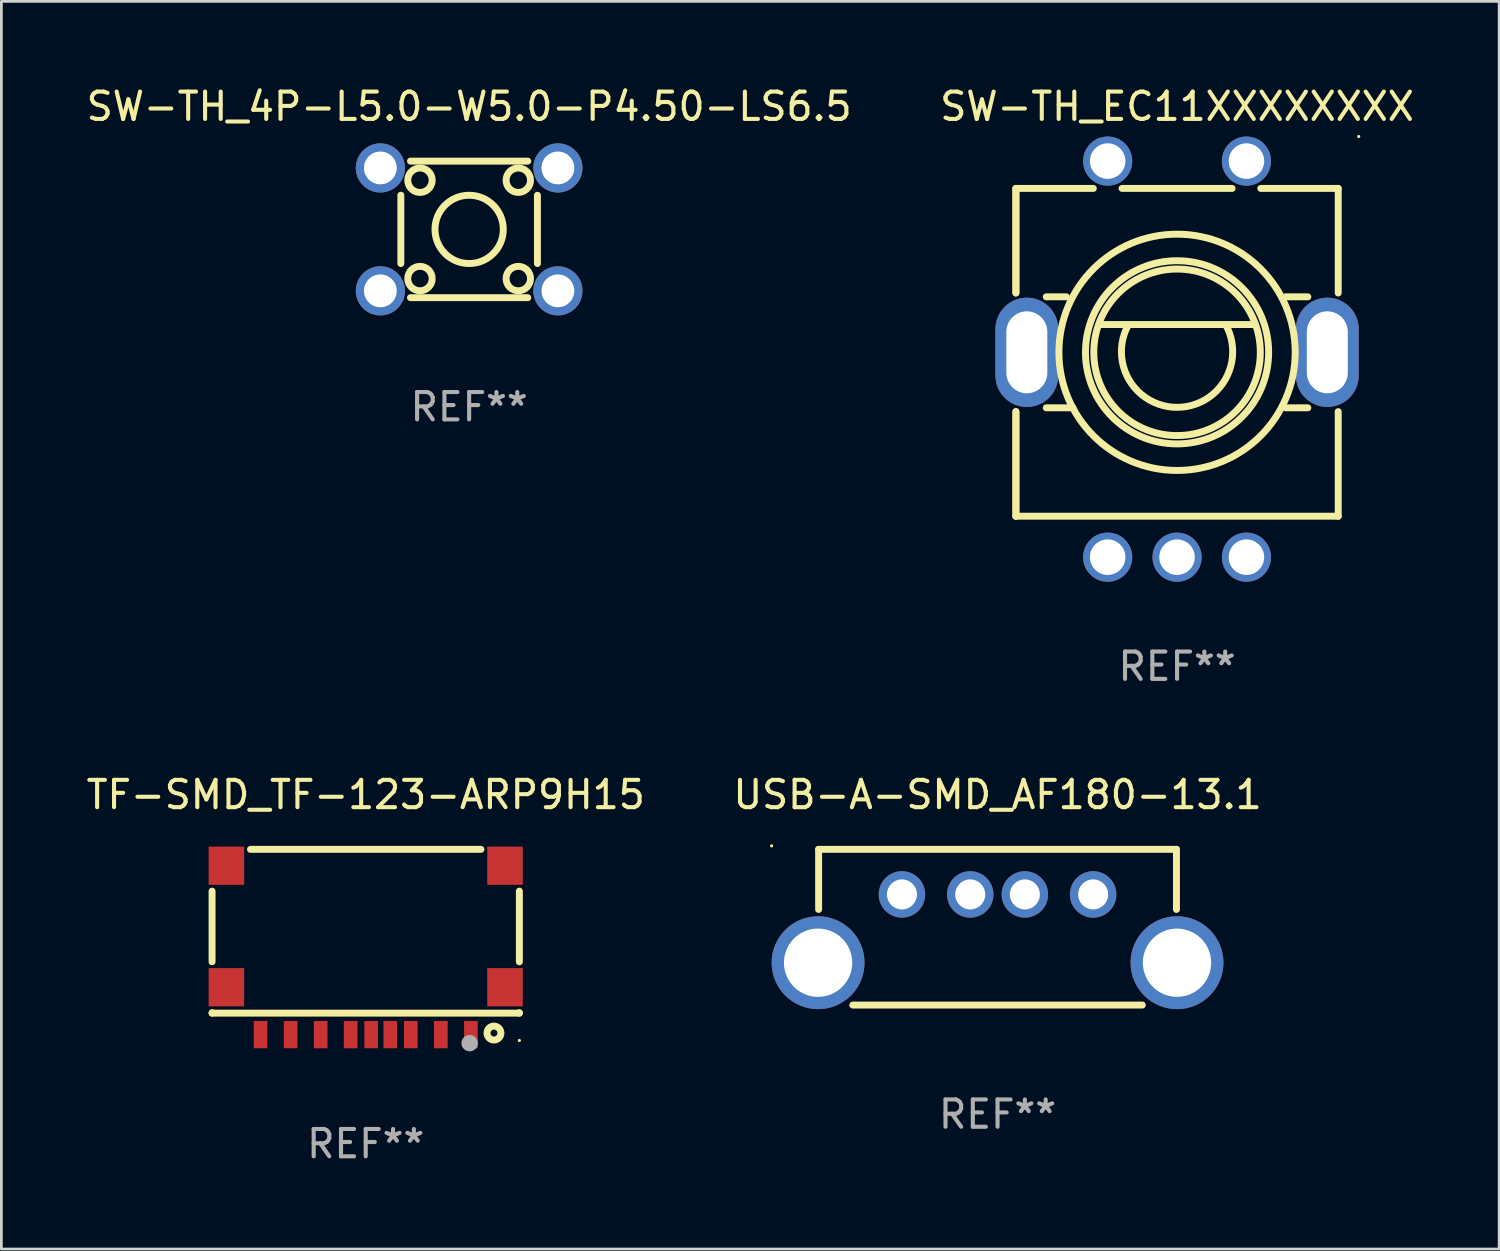
<source format=kicad_pcb>
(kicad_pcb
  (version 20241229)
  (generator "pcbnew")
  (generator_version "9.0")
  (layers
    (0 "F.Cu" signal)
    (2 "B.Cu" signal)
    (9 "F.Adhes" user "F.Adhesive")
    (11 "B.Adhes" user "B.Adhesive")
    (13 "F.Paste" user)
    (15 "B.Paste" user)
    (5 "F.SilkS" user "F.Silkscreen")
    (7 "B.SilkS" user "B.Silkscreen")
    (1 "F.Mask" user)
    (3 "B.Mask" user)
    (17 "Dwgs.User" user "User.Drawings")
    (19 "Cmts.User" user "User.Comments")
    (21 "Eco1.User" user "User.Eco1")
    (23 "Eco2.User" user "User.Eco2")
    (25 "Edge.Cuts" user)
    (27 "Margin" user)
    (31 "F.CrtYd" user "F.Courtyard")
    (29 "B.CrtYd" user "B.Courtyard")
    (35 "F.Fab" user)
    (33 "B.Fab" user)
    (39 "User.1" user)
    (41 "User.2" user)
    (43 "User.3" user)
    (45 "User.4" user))
  (footprint "USB-A-SMD_AF180-13.1"
    (layer "F.Cu")
    (at 33.47 30.945)
    (property "Reference" "USB-A-SMD_AF180-13.1" (at 0 -4.9 0) (layer "F.SilkS") (effects (font (size 1 1) (thickness 0.15))))
    (attr through_hole)
    (fp_line (start -6.55 -2.9) (end 6.55 -2.9) (stroke (width 0.254) (type solid)) (layer "F.SilkS"))
    (fp_line (start -6.55 -2.9) (end -6.55 -0.7) (stroke (width 0.254) (type solid)) (layer "F.SilkS"))
    (fp_line (start -5.3 2.8) (end 5.3 2.8) (stroke (width 0.254) (type solid)) (layer "F.SilkS"))
    (fp_line (start 6.55 -2.9) (end 6.55 -0.7) (stroke (width 0.254) (type solid)) (layer "F.SilkS"))
    (fp_circle (center -8.27 -3.027) (end -8.24 -3.027) (stroke (width 0.06) (type solid)) (fill no) (layer "F.SilkS"))
    (fp_text user "REF**" (at 0 6.8 0) (layer "F.Fab") (effects (font (size 1 1) (thickness 0.15))))
    (pad "1" thru_hole circle (at -3.5 -1.25) (size 1.7 1.7) (drill 1.1) (layers "*.Cu" "*.Mask"))
    (pad "2" thru_hole circle (at -1 -1.25) (size 1.7 1.7) (drill 1.1) (layers "*.Cu" "*.Mask"))
    (pad "3" thru_hole circle (at 1 -1.25) (size 1.7 1.7) (drill 1.1) (layers "*.Cu" "*.Mask"))
    (pad "4" thru_hole circle (at 3.5 -1.25) (size 1.7 1.7) (drill 1.1) (layers "*.Cu" "*.Mask"))
    (pad "5" thru_hole circle (at -6.57 1.25) (size 3.4 3.4) (drill 2.5) (layers "*.Cu" "*.Mask"))
    (pad "5" thru_hole circle (at 6.57 1.25) (size 3.4 3.4) (drill 2.5) (layers "*.Cu" "*.Mask")))
  (footprint "SW-TH_EC11XXXXXXXX"
    (layer "F.Cu")
    (at 40.042 10.098)
    (property "Reference" "SW-TH_EC11XXXXXXXX" (at -0.000064 -9.25 0) (layer "F.SilkS") (effects (font (size 1 1) (thickness 0.15))))
    (attr through_hole)
    (fp_line (start -5.9 -6.25) (end -5.9 -2.422) (stroke (width 0.254) (type solid)) (layer "F.SilkS"))
    (fp_line (start -5.9 -6.25) (end -5.9 -2.422) (stroke (width 0.254) (type solid)) (layer "F.SilkS"))
    (fp_line (start -5.9 -6.25) (end -3.066 -6.25) (stroke (width 0.254) (type solid)) (layer "F.SilkS"))
    (fp_line (start -5.9 1.922) (end -5.9 5.75) (stroke (width 0.254) (type solid)) (layer "F.SilkS"))
    (fp_line (start -5.9 1.922) (end -5.9 5.75) (stroke (width 0.254) (type solid)) (layer "F.SilkS"))
    (fp_line (start -4.788 1.782) (end -3.81 1.782) (stroke (width 0.254) (type solid)) (layer "F.SilkS"))
    (fp_line (start -4.051 -2.282) (end -4.788 -2.282) (stroke (width 0.254) (type solid)) (layer "F.SilkS"))
    (fp_line (start -2.794 -1.266) (end 2.794 -1.266) (stroke (width 0.254) (type solid)) (layer "F.SilkS"))
    (fp_line (start -2.014 -6.25) (end 2.014 -6.25) (stroke (width 0.254) (type solid)) (layer "F.SilkS"))
    (fp_line (start 3.066 -6.25) (end 5.9 -6.25) (stroke (width 0.254) (type solid)) (layer "F.SilkS"))
    (fp_line (start 4.788 -2.282) (end 3.975 -2.282) (stroke (width 0.254) (type solid)) (layer "F.SilkS"))
    (fp_line (start 4.788 1.782) (end 3.975 1.782) (stroke (width 0.254) (type solid)) (layer "F.SilkS"))
    (fp_line (start 5.9 -2.422) (end 5.9 -6.25) (stroke (width 0.254) (type solid)) (layer "F.SilkS"))
    (fp_line (start 5.9 5.75) (end 5.9 1.922) (stroke (width 0.254) (type solid)) (layer "F.SilkS"))
    (fp_line (start 5.9 5.75) (end -5.9 5.75) (stroke (width 0.254) (type solid)) (layer "F.SilkS"))
    (fp_arc (start 1.777877 -1.266066) (mid -0.00017 1.764978) (end -1.778089 -1.266141) (stroke (width 0.254001) (type solid)) (layer "F.SilkS"))
    (fp_circle (center -0.000127 -0.25) (end 3.048 -0.25) (stroke (width 0.254) (type solid)) (fill no) (layer "F.SilkS"))
    (fp_circle (center -0.000127 -0.25) (end 3.353 -0.25) (stroke (width 0.254) (type solid)) (fill no) (layer "F.SilkS"))
    (fp_circle (center -0.000127 -0.25) (end 4.325 -0.25) (stroke (width 0.254) (type solid)) (fill no) (layer "F.SilkS"))
    (fp_circle (center 6.65 -8.15) (end 6.68 -8.15) (stroke (width 0.06) (type solid)) (fill no) (layer "F.SilkS"))
    (fp_text user "REF**" (at -0.000064 11.25 0) (layer "F.Fab") (effects (font (size 1 1) (thickness 0.15))))
    (pad "6" thru_hole oval (at 5.5 -0.25 90) (size 4 2.3) (drill oval 3 1.5) (layers "*.Cu" "*.Mask"))
    (pad "7" thru_hole oval (at -5.5 -0.25 90) (size 4 2.3) (drill oval 3 1.5) (layers "*.Cu" "*.Mask"))
    (pad "A" thru_hole circle (at -2.54 7.25) (size 1.8 1.8) (drill 1.3) (layers "*.Cu" "*.Mask"))
    (pad "B" thru_hole circle (at 2.54 7.25) (size 1.8 1.8) (drill 1.3) (layers "*.Cu" "*.Mask"))
    (pad "C" thru_hole circle (at -0.000127 7.25) (size 1.8 1.8) (drill 1.3) (layers "*.Cu" "*.Mask"))
    (pad "D" thru_hole circle (at -2.54 -7.25) (size 1.8 1.8) (drill 1.3) (layers "*.Cu" "*.Mask"))
    (pad "E" thru_hole circle (at 2.54 -7.25) (size 1.8 1.8) (drill 1.3) (layers "*.Cu" "*.Mask")))
  (footprint "TF-SMD_TF-123-ARP9H15"
    (layer "F.Cu")
    (at 10.339 31.735)
    (property "Reference" "TF-SMD_TF-123-ARP9H15" (at 0 -5.69 0) (layer "F.SilkS") (effects (font (size 1 1) (thickness 0.15))))
    (attr through_hole)
    (fp_line (start -5.625 0.426) (end -5.625 -2.161) (stroke (width 0.254) (type solid)) (layer "F.SilkS"))
    (fp_line (start -5.625 2.305) (end -5.625 2.289) (stroke (width 0.254) (type solid)) (layer "F.SilkS"))
    (fp_line (start -4.219 -3.69) (end 4.219 -3.69) (stroke (width 0.254) (type solid)) (layer "F.SilkS"))
    (fp_line (start 5.625 -2.161) (end 5.625 0.426) (stroke (width 0.254) (type solid)) (layer "F.SilkS"))
    (fp_line (start 5.625 2.289) (end 5.625 2.305) (stroke (width 0.254) (type solid)) (layer "F.SilkS"))
    (fp_line (start 5.625 2.305) (end -5.625 2.305) (stroke (width 0.254) (type solid)) (layer "F.SilkS"))
    (fp_circle (center 4.695 3.035) (end 4.95 3.035) (stroke (width 0.254) (type solid)) (fill no) (layer "F.SilkS"))
    (fp_circle (center 5.625 3.307) (end 5.655 3.307) (stroke (width 0.06) (type solid)) (fill no) (layer "F.SilkS"))
    (fp_circle (center 3.805 3.405) (end 3.955 3.405) (stroke (width 0.3) (type solid)) (fill no) (layer "F.Fab"))
    (fp_text user "REF**" (at 0 7.092 0) (layer "F.Fab") (effects (font (size 1 1) (thickness 0.15))))
    (pad "1" smd rect (at 3.85 3.092) (size 0.5 1) (layers "F.Cu" "F.Mask" "F.Paste"))
    (pad "2" smd rect (at 2.75 3.092) (size 0.5 1) (layers "F.Cu" "F.Mask" "F.Paste"))
    (pad "3" smd rect (at 1.65 3.092) (size 0.5 1) (layers "F.Cu" "F.Mask" "F.Paste"))
    (pad "4" smd rect (at 0.9 3.092) (size 0.5 1) (layers "F.Cu" "F.Mask" "F.Paste"))
    (pad "5" smd rect (at -0.55 3.092) (size 0.5 1) (layers "F.Cu" "F.Mask" "F.Paste"))
    (pad "6" smd rect (at -1.65 3.092) (size 0.5 1) (layers "F.Cu" "F.Mask" "F.Paste"))
    (pad "7" smd rect (at -2.75 3.092) (size 0.5 1) (layers "F.Cu" "F.Mask" "F.Paste"))
    (pad "8" smd rect (at -3.85 3.092) (size 0.5 1) (layers "F.Cu" "F.Mask" "F.Paste"))
    (pad "9" smd rect (at 0.2 3.092) (size 0.5 1) (layers "F.Cu" "F.Mask" "F.Paste"))
    (pad "10" smd rect (at -5.1 1.357) (size 1.3 1.4) (layers "F.Cu" "F.Mask" "F.Paste"))
    (pad "11" smd rect (at -5.1 -3.092) (size 1.3 1.4) (layers "F.Cu" "F.Mask" "F.Paste"))
    (pad "12" smd rect (at 5.1 -3.092) (size 1.3 1.4) (layers "F.Cu" "F.Mask" "F.Paste"))
    (pad "13" smd rect (at 5.1 1.357) (size 1.3 1.4) (layers "F.Cu" "F.Mask" "F.Paste")))
  (footprint "SW-TH_4P-L5.0-W5.0-P4.50-LS6.5"
    (layer "F.Cu")
    (at 14.125 5.348)
    (property "Reference" "SW-TH_4P-L5.0-W5.0-P4.50-LS6.5" (at 0 -4.5 0) (layer "F.SilkS") (effects (font (size 1 1) (thickness 0.15))))
    (attr through_hole)
    (fp_line (start -2.5 1.25) (end -2.5 -1.25) (stroke (width 0.254) (type solid)) (layer "F.SilkS"))
    (fp_line (start -2.147 -2.5) (end 2.147 -2.5) (stroke (width 0.254) (type solid)) (layer "F.SilkS"))
    (fp_line (start 2.147 2.5) (end -2.147 2.5) (stroke (width 0.254) (type solid)) (layer "F.SilkS"))
    (fp_line (start 2.5 -1.25) (end 2.5 1.25) (stroke (width 0.254) (type solid)) (layer "F.SilkS"))
    (fp_circle (center -1.8 -1.8) (end -1.353 -1.8) (stroke (width 0.254) (type solid)) (fill no) (layer "F.SilkS"))
    (fp_circle (center -1.8 1.8) (end -1.353 1.8) (stroke (width 0.254) (type solid)) (fill no) (layer "F.SilkS"))
    (fp_circle (center 0 0) (end 1.25 0) (stroke (width 0.254) (type solid)) (fill no) (layer "F.SilkS"))
    (fp_circle (center 1.8 -1.8) (end 2.247 -1.8) (stroke (width 0.254) (type solid)) (fill no) (layer "F.SilkS"))
    (fp_circle (center 1.8 1.8) (end 2.247 1.8) (stroke (width 0.254) (type solid)) (fill no) (layer "F.SilkS"))
    (fp_text user "REF**" (at 0 6.5 0) (layer "F.Fab") (effects (font (size 1 1) (thickness 0.15))))
    (pad "1" thru_hole circle (at -3.25 -2.25) (size 1.8 1.8) (drill 1.2) (layers "*.Cu" "*.Mask"))
    (pad "2" thru_hole circle (at 3.25 -2.25) (size 1.8 1.8) (drill 1.2) (layers "*.Cu" "*.Mask"))
    (pad "3" thru_hole circle (at -3.25 2.25) (size 1.8 1.8) (drill 1.2) (layers "*.Cu" "*.Mask"))
    (pad "4" thru_hole circle (at 3.25 2.25) (size 1.8 1.8) (drill 1.2) (layers "*.Cu" "*.Mask")))
  (gr_rect
    (start -3 -3)
    (end 51.833 42.676)
    (stroke (width 0.1) (type default))
    (fill no)
    (layer "Edge.Cuts")))
</source>
